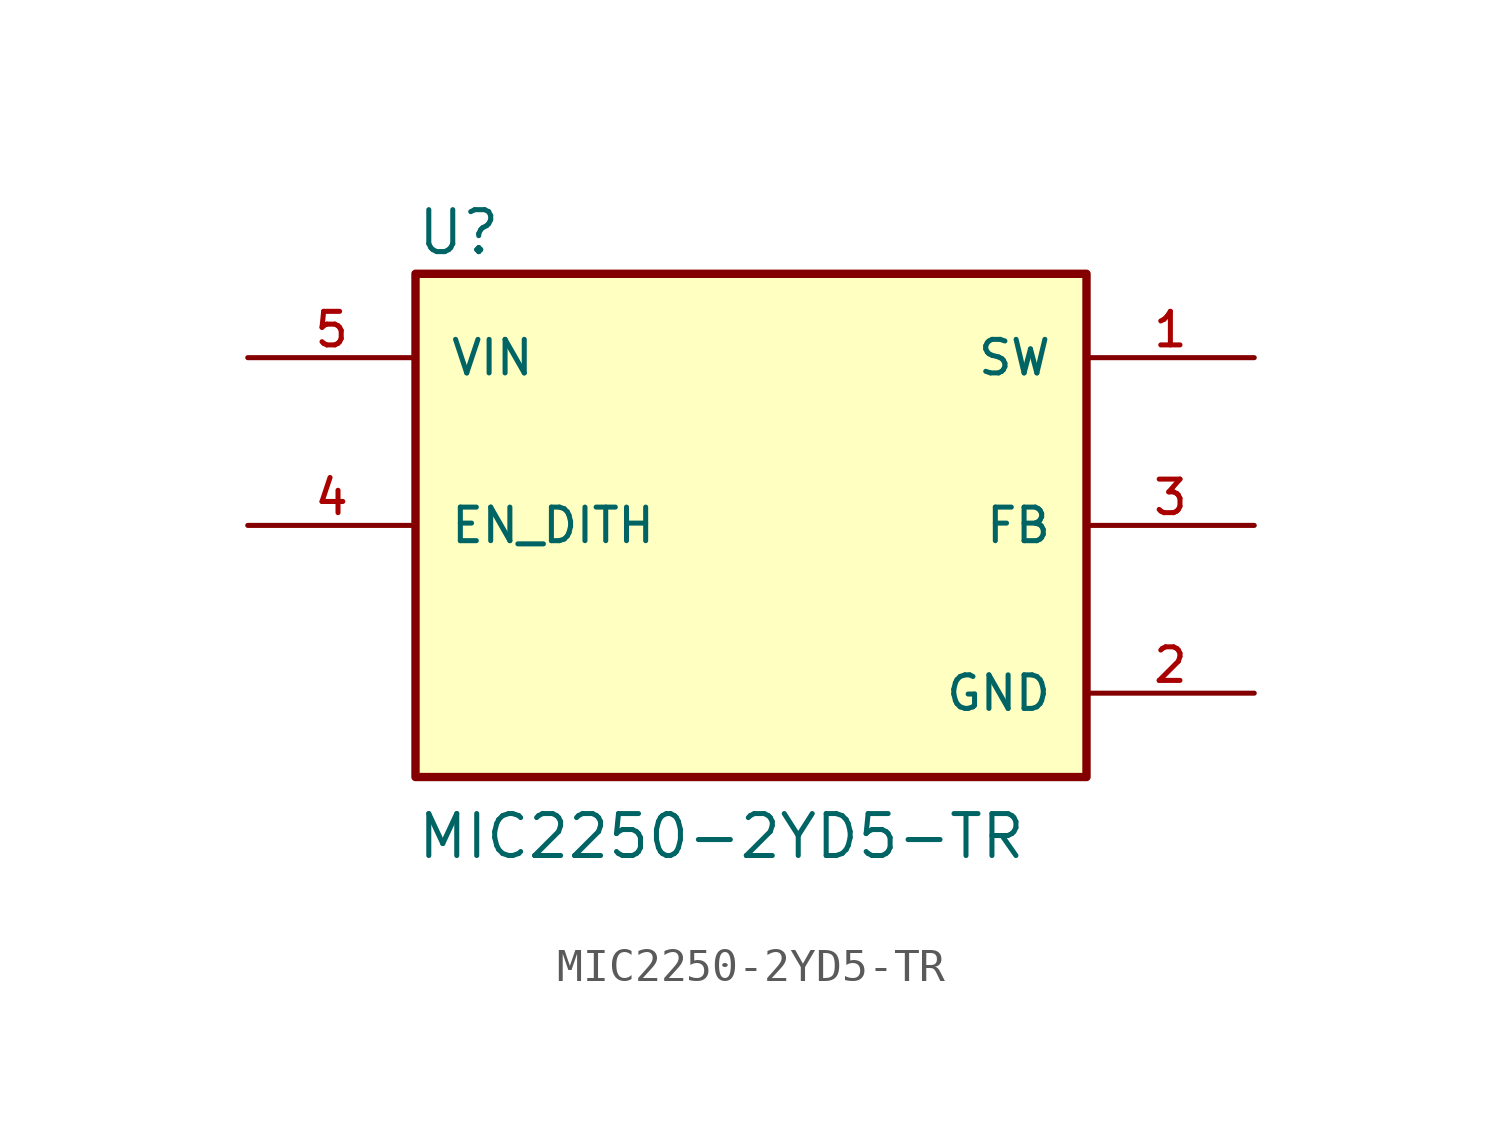
<source format=kicad_sym>
(kicad_symbol_lib
  (version 20241209)
  (generator "kicad_symbol_editor")
  (generator_version "9.0")
  (symbol "MIC2250-2YD5-TR"
    (pin_names
      (offset 1.016))
    (property "Reference" "U"
      (at -10.16 8.128 0)
      (effects (font (size 1.27 1.27)) (justify left bottom)))
    (property "Value" "MIC2250-2YD5-TR"
      (at -10.16 -10.16 0)
      (effects (font (size 1.27 1.27)) (justify left bottom)))
    (symbol "MIC2250-2YD5-TR_0_0"
      (rectangle (start -10.16 -7.62) (end 10.16 7.62) (stroke (width 0.254) (type default)) (fill (type background)))
      (pin input line (at -15.24 5.08 0) (length 5.08) (name "VIN" (effects (font (size 1.016 1.016)))) (number "5" (effects (font (size 1.016 1.016)))))
      (pin input line (at -15.24 0 0) (length 5.08) (name "EN_DITH" (effects (font (size 1.016 1.016)))) (number "4" (effects (font (size 1.016 1.016)))))
      (pin output line (at 15.24 5.08 180) (length 5.08) (name "SW" (effects (font (size 1.016 1.016)))) (number "1" (effects (font (size 1.016 1.016)))))
      (pin passive line (at 15.24 0 180) (length 5.08) (name "FB" (effects (font (size 1.016 1.016)))) (number "3" (effects (font (size 1.016 1.016)))))
      (pin power_in line (at 15.24 -5.08 180) (length 5.08) (name "GND" (effects (font (size 1.016 1.016)))) (number "2" (effects (font (size 1.016 1.016))))))))
</source>
